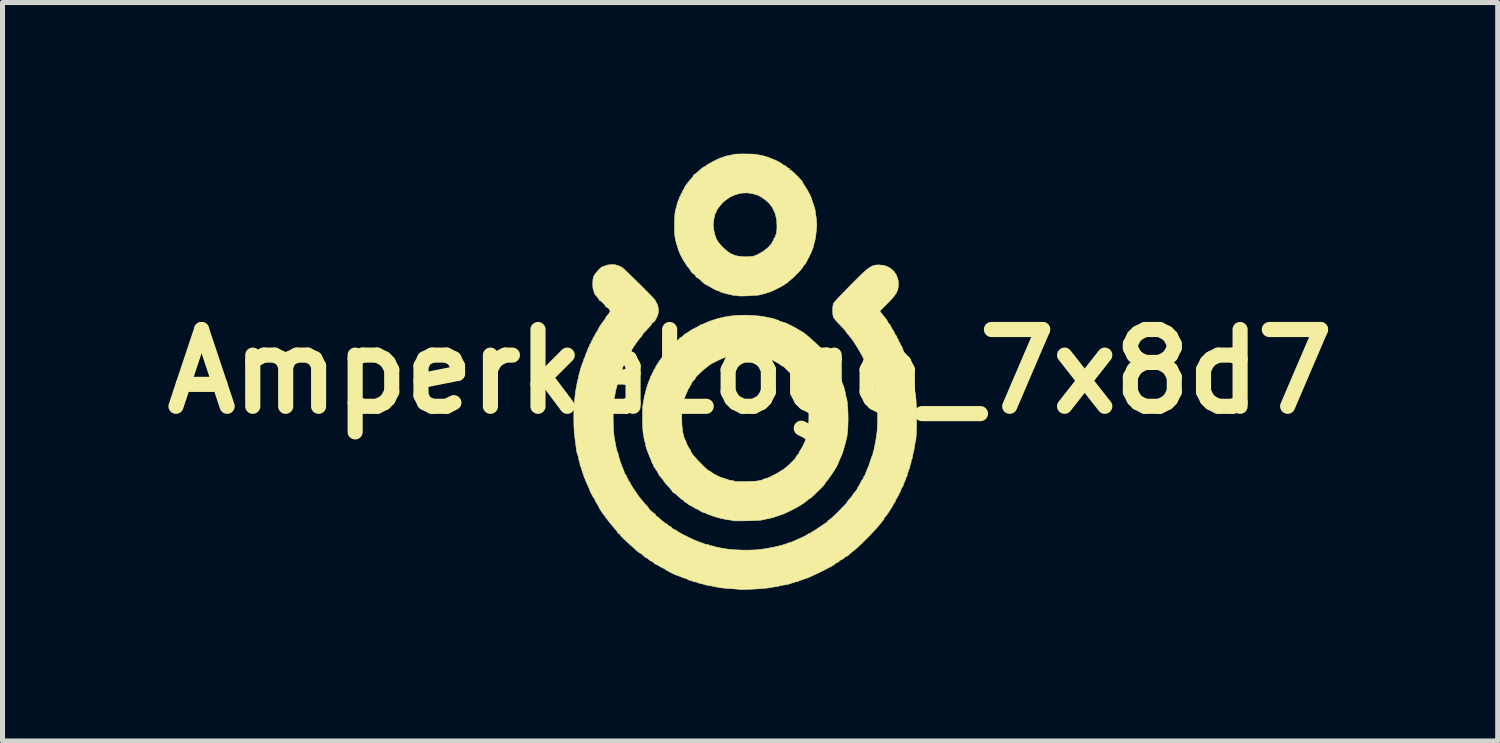
<source format=kicad_pcb>
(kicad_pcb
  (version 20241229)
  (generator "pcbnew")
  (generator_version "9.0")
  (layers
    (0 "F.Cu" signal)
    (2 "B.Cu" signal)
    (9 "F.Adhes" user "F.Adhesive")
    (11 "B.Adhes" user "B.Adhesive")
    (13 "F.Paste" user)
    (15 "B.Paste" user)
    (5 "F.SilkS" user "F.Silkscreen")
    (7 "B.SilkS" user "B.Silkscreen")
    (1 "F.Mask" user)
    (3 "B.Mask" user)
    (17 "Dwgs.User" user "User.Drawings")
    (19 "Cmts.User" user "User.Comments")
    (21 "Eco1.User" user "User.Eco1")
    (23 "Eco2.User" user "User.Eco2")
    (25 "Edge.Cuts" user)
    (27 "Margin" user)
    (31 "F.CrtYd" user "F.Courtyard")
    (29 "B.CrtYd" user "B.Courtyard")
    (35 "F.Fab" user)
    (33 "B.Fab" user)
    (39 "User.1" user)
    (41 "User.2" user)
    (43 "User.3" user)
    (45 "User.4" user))
  (footprint "AmperkaLogo_7x8d7"
    (layer "F.Cu")
    (at 11.836 4.324)
    (property "Reference" "AmperkaLogo_7x8d7" (at 0 0 0) (layer "F.SilkS") (effects (font (size 1.524 1.524) (thickness 0.3))))
    (attr through_hole)
    (fp_poly (pts (xy -0.076 -4.318) (xy -0.004 -4.317) (xy 0.058 -4.315) (xy 0.101 -4.312) (xy 0.111 -4.31) (xy 0.155 -4.302) (xy 0.206 -4.293) (xy 0.206 -4.293) (xy 0.251 -4.285) (xy 0.284 -4.276) (xy 0.286 -4.275) (xy 0.321 -4.264) (xy 0.331 -4.261) (xy 0.363 -4.251) (xy 0.378 -4.245) (xy 0.405 -4.234) (xy 0.413 -4.231) (xy 0.476 -4.206) (xy 0.539 -4.178) (xy 0.592 -4.15) (xy 0.628 -4.127) (xy 0.634 -4.12) (xy 0.66 -4.1) (xy 0.674 -4.096) (xy 0.699 -4.085) (xy 0.722 -4.064) (xy 0.752 -4.04) (xy 0.773 -4.032) (xy 0.788 -4.024) (xy 0.786 -4.016) (xy 0.789 -4.002) (xy 0.798 -4) (xy 0.817 -3.99) (xy 0.853 -3.961) (xy 0.899 -3.918) (xy 0.936 -3.881) (xy 0.982 -3.833) (xy 1.018 -3.794) (xy 1.038 -3.769) (xy 1.042 -3.762) (xy 1.044 -3.751) (xy 1.062 -3.72) (xy 1.084 -3.687) (xy 1.112 -3.643) (xy 1.144 -3.588) (xy 1.175 -3.531) (xy 1.201 -3.479) (xy 1.218 -3.44) (xy 1.222 -3.424) (xy 1.227 -3.404) (xy 1.236 -3.378) (xy 1.249 -3.344) (xy 1.254 -3.326) (xy 1.262 -3.3) (xy 1.273 -3.27) (xy 1.287 -3.223) (xy 1.294 -3.183) (xy 1.3 -3.139) (xy 1.308 -3.081) (xy 1.312 -3.048) (xy 1.318 -2.989) (xy 1.323 -2.935) (xy 1.323 -2.913) (xy 1.321 -2.862) (xy 1.315 -2.797) (xy 1.307 -2.727) (xy 1.298 -2.661) (xy 1.288 -2.608) (xy 1.28 -2.575) (xy 1.278 -2.572) (xy 1.271 -2.55) (xy 1.263 -2.512) (xy 1.262 -2.508) (xy 1.253 -2.467) (xy 1.242 -2.439) (xy 1.242 -2.438) (xy 1.229 -2.408) (xy 1.228 -2.403) (xy 1.222 -2.384) (xy 1.206 -2.349) (xy 1.179 -2.294) (xy 1.138 -2.215) (xy 1.117 -2.173) (xy 1.093 -2.135) (xy 1.071 -2.111) (xy 1.051 -2.087) (xy 1.048 -2.076) (xy 1.037 -2.057) (xy 1.008 -2.022) (xy 0.967 -1.977) (xy 0.918 -1.928) (xy 0.869 -1.879) (xy 0.823 -1.837) (xy 0.788 -1.807) (xy 0.767 -1.794) (xy 0.766 -1.794) (xy 0.752 -1.785) (xy 0.754 -1.778) (xy 0.751 -1.764) (xy 0.741 -1.762) (xy 0.712 -1.751) (xy 0.699 -1.738) (xy 0.677 -1.722) (xy 0.634 -1.697) (xy 0.579 -1.667) (xy 0.518 -1.636) (xy 0.46 -1.608) (xy 0.412 -1.587) (xy 0.384 -1.577) (xy 0.384 -1.577) (xy 0.351 -1.568) (xy 0.336 -1.563) (xy 0.297 -1.549) (xy 0.278 -1.544) (xy 0.229 -1.533) (xy 0.204 -1.527) (xy 0.198 -1.524) (xy 0.184 -1.52) (xy 0.144 -1.515) (xy 0.087 -1.511) (xy 0.02 -1.507) (xy -0.051 -1.503) (xy -0.118 -1.5) (xy -0.174 -1.499) (xy -0.213 -1.5) (xy -0.226 -1.502) (xy -0.243 -1.505) (xy -0.28 -1.509) (xy -0.294 -1.51) (xy -0.338 -1.514) (xy -0.369 -1.521) (xy -0.373 -1.523) (xy -0.4 -1.531) (xy -0.429 -1.536) (xy -0.469 -1.544) (xy -0.492 -1.551) (xy -0.529 -1.562) (xy -0.546 -1.566) (xy -0.581 -1.578) (xy -0.594 -1.586) (xy -0.624 -1.601) (xy -0.643 -1.606) (xy -0.672 -1.616) (xy -0.718 -1.639) (xy -0.772 -1.669) (xy -0.774 -1.671) (xy -0.824 -1.7) (xy -0.864 -1.721) (xy -0.884 -1.73) (xy -0.885 -1.73) (xy -0.902 -1.741) (xy -0.933 -1.767) (xy -0.96 -1.793) (xy -0.997 -1.828) (xy -1.026 -1.851) (xy -1.037 -1.857) (xy -1.059 -1.867) (xy -1.079 -1.888) (xy -1.086 -1.908) (xy -1.084 -1.911) (xy -1.086 -1.92) (xy -1.092 -1.921) (xy -1.114 -1.931) (xy -1.145 -1.957) (xy -1.149 -1.961) (xy -1.173 -1.986) (xy -1.18 -2) (xy -1.179 -2) (xy -1.182 -2.01) (xy -1.201 -2.036) (xy -1.208 -2.044) (xy -1.253 -2.1) (xy -1.3 -2.172) (xy -1.347 -2.251) (xy -1.387 -2.33) (xy -1.417 -2.399) (xy -1.433 -2.452) (xy -1.433 -2.453) (xy -1.442 -2.488) (xy -1.448 -2.501) (xy -1.459 -2.53) (xy -1.466 -2.557) (xy -1.475 -2.598) (xy -1.486 -2.65) (xy -1.489 -2.662) (xy -1.495 -2.709) (xy -1.499 -2.777) (xy -1.501 -2.86) (xy -1.501 -2.894) (xy -0.731 -2.894) (xy -0.72 -2.804) (xy -0.698 -2.711) (xy -0.668 -2.63) (xy -0.63 -2.567) (xy -0.573 -2.498) (xy -0.506 -2.432) (xy -0.436 -2.375) (xy -0.372 -2.335) (xy -0.349 -2.326) (xy -0.33 -2.318) (xy -0.312 -2.31) (xy -0.256 -2.294) (xy -0.18 -2.283) (xy -0.095 -2.278) (xy -0.012 -2.28) (xy 0.058 -2.288) (xy 0.064 -2.289) (xy 0.125 -2.311) (xy 0.198 -2.348) (xy 0.273 -2.395) (xy 0.339 -2.445) (xy 0.37 -2.475) (xy 0.406 -2.515) (xy 0.429 -2.543) (xy 0.436 -2.556) (xy 0.435 -2.556) (xy 0.436 -2.566) (xy 0.452 -2.588) (xy 0.469 -2.61) (xy 0.468 -2.619) (xy 0.468 -2.629) (xy 0.484 -2.651) (xy 0.501 -2.674) (xy 0.501 -2.683) (xy 0.499 -2.693) (xy 0.509 -2.708) (xy 0.522 -2.74) (xy 0.53 -2.801) (xy 0.534 -2.879) (xy 0.527 -3.016) (xy 0.498 -3.137) (xy 0.444 -3.251) (xy 0.426 -3.279) (xy 0.378 -3.339) (xy 0.313 -3.399) (xy 0.24 -3.453) (xy 0.168 -3.494) (xy 0.106 -3.515) (xy 0.079 -3.521) (xy 0.071 -3.524) (xy 0.057 -3.529) (xy 0.022 -3.535) (xy -0.023 -3.542) (xy -0.062 -3.546) (xy -0.172 -3.541) (xy -0.287 -3.512) (xy -0.399 -3.462) (xy -0.498 -3.394) (xy -0.541 -3.354) (xy -0.593 -3.296) (xy -0.635 -3.242) (xy -0.661 -3.2) (xy -0.668 -3.179) (xy -0.678 -3.157) (xy -0.683 -3.151) (xy -0.693 -3.132) (xy -0.703 -3.098) (xy -0.715 -3.043) (xy -0.728 -2.969) (xy -0.731 -2.894) (xy -1.501 -2.894) (xy -1.5 -2.948) (xy -1.497 -3.035) (xy -1.493 -3.113) (xy -1.486 -3.175) (xy -1.478 -3.213) (xy -1.478 -3.215) (xy -1.464 -3.25) (xy -1.459 -3.27) (xy -1.459 -3.27) (xy -1.455 -3.297) (xy -1.443 -3.34) (xy -1.428 -3.385) (xy -1.414 -3.418) (xy -1.409 -3.425) (xy -1.401 -3.442) (xy -1.405 -3.445) (xy -1.405 -3.455) (xy -1.389 -3.477) (xy -1.372 -3.499) (xy -1.373 -3.508) (xy -1.374 -3.518) (xy -1.357 -3.54) (xy -1.341 -3.563) (xy -1.341 -3.572) (xy -1.342 -3.582) (xy -1.326 -3.604) (xy -1.308 -3.627) (xy -1.307 -3.635) (xy -1.306 -3.646) (xy -1.289 -3.675) (xy -1.261 -3.716) (xy -1.225 -3.762) (xy -1.186 -3.807) (xy -1.174 -3.82) (xy -1.143 -3.857) (xy -1.124 -3.885) (xy -1.123 -3.895) (xy -1.121 -3.905) (xy -1.116 -3.905) (xy -1.098 -3.915) (xy -1.063 -3.942) (xy -1.02 -3.979) (xy -1.015 -3.984) (xy -0.97 -4.023) (xy -0.934 -4.051) (xy -0.912 -4.063) (xy -0.911 -4.063) (xy -0.886 -4.075) (xy -0.873 -4.088) (xy -0.853 -4.102) (xy -0.813 -4.126) (xy -0.76 -4.155) (xy -0.702 -4.185) (xy -0.648 -4.212) (xy -0.606 -4.231) (xy -0.583 -4.239) (xy -0.583 -4.239) (xy -0.563 -4.244) (xy -0.529 -4.257) (xy -0.489 -4.272) (xy -0.46 -4.28) (xy -0.417 -4.288) (xy -0.365 -4.299) (xy -0.32 -4.309) (xy -0.302 -4.313) (xy -0.272 -4.316) (xy -0.218 -4.318) (xy -0.15 -4.319) (xy -0.076 -4.318)) (stroke (width 0.01) (type solid)) (fill yes) (layer "F.SilkS"))
    (fp_poly (pts (xy 0.048 -1.114) (xy 0.197 -1.101) (xy 0.331 -1.079) (xy 0.357 -1.073) (xy 0.382 -1.067) (xy 0.424 -1.059) (xy 0.437 -1.056) (xy 0.482 -1.044) (xy 0.515 -1.031) (xy 0.52 -1.028) (xy 0.537 -1.02) (xy 0.54 -1.024) (xy 0.55 -1.025) (xy 0.566 -1.014) (xy 0.591 -0.997) (xy 0.602 -0.994) (xy 0.622 -0.991) (xy 0.648 -0.982) (xy 0.679 -0.972) (xy 0.693 -0.968) (xy 0.713 -0.961) (xy 0.752 -0.943) (xy 0.803 -0.918) (xy 0.857 -0.89) (xy 0.906 -0.864) (xy 0.942 -0.842) (xy 0.945 -0.841) (xy 0.984 -0.817) (xy 1.014 -0.799) (xy 1.016 -0.799) (xy 1.055 -0.775) (xy 1.108 -0.735) (xy 1.171 -0.682) (xy 1.24 -0.621) (xy 1.312 -0.556) (xy 1.381 -0.489) (xy 1.444 -0.426) (xy 1.497 -0.37) (xy 1.535 -0.325) (xy 1.554 -0.295) (xy 1.556 -0.289) (xy 1.566 -0.269) (xy 1.587 -0.246) (xy 1.608 -0.222) (xy 1.611 -0.206) (xy 1.616 -0.189) (xy 1.635 -0.166) (xy 1.659 -0.138) (xy 1.667 -0.119) (xy 1.678 -0.093) (xy 1.691 -0.08) (xy 1.707 -0.058) (xy 1.706 -0.047) (xy 1.709 -0.028) (xy 1.715 -0.023) (xy 1.734 -0.001) (xy 1.755 0.041) (xy 1.77 0.079) (xy 1.778 0.1) (xy 1.793 0.137) (xy 1.809 0.177) (xy 1.821 0.206) (xy 1.831 0.232) (xy 1.832 0.238) (xy 1.841 0.257) (xy 1.845 0.263) (xy 1.856 0.291) (xy 1.864 0.319) (xy 1.874 0.362) (xy 1.887 0.409) (xy 1.896 0.443) (xy 1.897 0.46) (xy 1.896 0.46) (xy 1.897 0.473) (xy 1.906 0.504) (xy 1.907 0.504) (xy 1.921 0.56) (xy 1.932 0.641) (xy 1.939 0.741) (xy 1.944 0.851) (xy 1.945 0.966) (xy 1.942 1.078) (xy 1.936 1.181) (xy 1.926 1.268) (xy 1.913 1.333) (xy 1.912 1.336) (xy 1.901 1.376) (xy 1.898 1.392) (xy 1.891 1.422) (xy 1.877 1.471) (xy 1.864 1.516) (xy 1.849 1.567) (xy 1.838 1.604) (xy 1.833 1.619) (xy 1.826 1.637) (xy 1.811 1.674) (xy 1.803 1.691) (xy 1.77 1.765) (xy 1.749 1.816) (xy 1.739 1.841) (xy 1.739 1.841) (xy 1.724 1.872) (xy 1.696 1.921) (xy 1.659 1.98) (xy 1.618 2.042) (xy 1.577 2.101) (xy 1.542 2.148) (xy 1.526 2.167) (xy 1.499 2.199) (xy 1.485 2.222) (xy 1.485 2.226) (xy 1.478 2.239) (xy 1.451 2.269) (xy 1.412 2.31) (xy 1.364 2.358) (xy 1.313 2.407) (xy 1.264 2.453) (xy 1.222 2.492) (xy 1.192 2.517) (xy 1.179 2.524) (xy 1.157 2.535) (xy 1.141 2.55) (xy 1.111 2.577) (xy 1.059 2.615) (xy 0.99 2.66) (xy 0.96 2.677) (xy 0.922 2.699) (xy 0.868 2.727) (xy 0.807 2.758) (xy 0.746 2.788) (xy 0.692 2.813) (xy 0.653 2.83) (xy 0.638 2.836) (xy 0.605 2.845) (xy 0.59 2.851) (xy 0.555 2.863) (xy 0.542 2.867) (xy 0.51 2.877) (xy 0.495 2.882) (xy 0.468 2.893) (xy 0.439 2.901) (xy 0.397 2.91) (xy 0.348 2.92) (xy 0.318 2.927) (xy 0.271 2.938) (xy 0.23 2.947) (xy 0.199 2.951) (xy 0.146 2.954) (xy 0.077 2.957) (xy -0.003 2.96) (xy -0.086 2.962) (xy -0.166 2.963) (xy -0.238 2.964) (xy -0.294 2.963) (xy -0.329 2.961) (xy -0.337 2.959) (xy -0.357 2.953) (xy -0.395 2.946) (xy -0.407 2.945) (xy -0.453 2.938) (xy -0.488 2.933) (xy -0.492 2.932) (xy -0.523 2.925) (xy -0.567 2.916) (xy -0.572 2.915) (xy -0.631 2.9) (xy -0.701 2.879) (xy -0.773 2.855) (xy -0.834 2.832) (xy -0.871 2.816) (xy -0.907 2.8) (xy -0.93 2.794) (xy -0.954 2.786) (xy -0.991 2.765) (xy -1.006 2.755) (xy -1.04 2.733) (xy -1.061 2.724) (xy -1.064 2.726) (xy -1.074 2.725) (xy -1.091 2.712) (xy -1.124 2.69) (xy -1.169 2.666) (xy -1.177 2.662) (xy -1.219 2.639) (xy -1.25 2.616) (xy -1.254 2.612) (xy -1.281 2.591) (xy -1.297 2.588) (xy -1.312 2.579) (xy -1.31 2.572) (xy -1.312 2.557) (xy -1.321 2.556) (xy -1.342 2.545) (xy -1.378 2.518) (xy -1.421 2.48) (xy -1.425 2.476) (xy -1.468 2.437) (xy -1.504 2.409) (xy -1.526 2.397) (xy -1.526 2.397) (xy -1.539 2.392) (xy -1.537 2.389) (xy -1.543 2.374) (xy -1.567 2.343) (xy -1.604 2.3) (xy -1.623 2.279) (xy -1.665 2.233) (xy -1.697 2.195) (xy -1.714 2.172) (xy -1.716 2.168) (xy -1.724 2.152) (xy -1.748 2.122) (xy -1.762 2.107) (xy -1.791 2.074) (xy -1.808 2.05) (xy -1.81 2.045) (xy -1.818 2.026) (xy -1.838 1.991) (xy -1.865 1.949) (xy -1.891 1.912) (xy -1.905 1.893) (xy -1.915 1.876) (xy -1.912 1.873) (xy -1.912 1.863) (xy -1.922 1.848) (xy -1.941 1.818) (xy -1.947 1.804) (xy -1.955 1.779) (xy -1.971 1.738) (xy -1.978 1.722) (xy -1.996 1.682) (xy -2.007 1.655) (xy -2.009 1.651) (xy -2.016 1.631) (xy -2.021 1.619) (xy -2.038 1.578) (xy -2.053 1.532) (xy -2.066 1.491) (xy -2.072 1.465) (xy -2.071 1.46) (xy -2.071 1.448) (xy -2.08 1.419) (xy -2.094 1.373) (xy -2.105 1.321) (xy -2.105 1.319) (xy -2.113 1.268) (xy -2.122 1.224) (xy -2.122 1.222) (xy -2.126 1.185) (xy -2.13 1.124) (xy -2.132 1.046) (xy -2.134 0.959) (xy -2.134 0.929) (xy -1.357 0.929) (xy -1.352 1.067) (xy -1.339 1.186) (xy -1.319 1.282) (xy -1.291 1.351) (xy -1.288 1.357) (xy -1.278 1.378) (xy -1.277 1.381) (xy -1.267 1.411) (xy -1.247 1.456) (xy -1.223 1.502) (xy -1.201 1.536) (xy -1.195 1.543) (xy -1.18 1.565) (xy -1.18 1.572) (xy -1.178 1.583) (xy -1.162 1.613) (xy -1.15 1.631) (xy -1.124 1.665) (xy -1.084 1.711) (xy -1.035 1.765) (xy -0.981 1.82) (xy -0.928 1.874) (xy -0.881 1.919) (xy -0.844 1.952) (xy -0.822 1.968) (xy -0.82 1.968) (xy -0.796 1.978) (xy -0.779 1.99) (xy -0.747 2.013) (xy -0.699 2.042) (xy -0.646 2.07) (xy -0.601 2.092) (xy -0.574 2.101) (xy -0.536 2.113) (xy -0.521 2.118) (xy -0.486 2.13) (xy -0.474 2.133) (xy -0.44 2.144) (xy -0.435 2.147) (xy -0.407 2.156) (xy -0.366 2.162) (xy -0.366 2.162) (xy -0.329 2.168) (xy -0.309 2.176) (xy -0.308 2.177) (xy -0.29 2.181) (xy -0.248 2.184) (xy -0.187 2.184) (xy -0.115 2.184) (xy -0.039 2.182) (xy 0.035 2.18) (xy 0.099 2.176) (xy 0.147 2.171) (xy 0.167 2.168) (xy 0.207 2.158) (xy 0.234 2.153) (xy 0.26 2.141) (xy 0.264 2.138) (xy 0.288 2.128) (xy 0.301 2.127) (xy 0.331 2.119) (xy 0.382 2.098) (xy 0.445 2.067) (xy 0.515 2.03) (xy 0.584 1.991) (xy 0.646 1.952) (xy 0.683 1.927) (xy 0.724 1.893) (xy 0.771 1.852) (xy 0.817 1.807) (xy 0.859 1.765) (xy 0.892 1.729) (xy 0.91 1.706) (xy 0.91 1.699) (xy 0.913 1.689) (xy 0.933 1.664) (xy 0.945 1.651) (xy 0.97 1.622) (xy 0.979 1.605) (xy 0.977 1.603) (xy 0.975 1.594) (xy 0.988 1.576) (xy 1.005 1.551) (xy 1.028 1.512) (xy 1.053 1.464) (xy 1.076 1.416) (xy 1.094 1.377) (xy 1.102 1.353) (xy 1.102 1.349) (xy 1.103 1.337) (xy 1.116 1.307) (xy 1.119 1.302) (xy 1.134 1.27) (xy 1.138 1.254) (xy 1.137 1.254) (xy 1.137 1.241) (xy 1.143 1.207) (xy 1.146 1.195) (xy 1.155 1.144) (xy 1.161 1.072) (xy 1.165 0.986) (xy 1.167 0.896) (xy 1.166 0.811) (xy 1.162 0.74) (xy 1.156 0.695) (xy 1.144 0.644) (xy 1.135 0.6) (xy 1.133 0.592) (xy 1.115 0.527) (xy 1.081 0.445) (xy 1.038 0.354) (xy 0.988 0.265) (xy 0.971 0.238) (xy 0.94 0.195) (xy 0.897 0.142) (xy 0.846 0.084) (xy 0.792 0.025) (xy 0.739 -0.029) (xy 0.694 -0.073) (xy 0.659 -0.102) (xy 0.641 -0.111) (xy 0.617 -0.122) (xy 0.603 -0.135) (xy 0.582 -0.151) (xy 0.541 -0.176) (xy 0.489 -0.204) (xy 0.436 -0.231) (xy 0.39 -0.253) (xy 0.361 -0.263) (xy 0.341 -0.27) (xy 0.321 -0.277) (xy 0.297 -0.285) (xy 0.286 -0.29) (xy 0.185 -0.318) (xy 0.056 -0.334) (xy -0.087 -0.34) (xy -0.199 -0.338) (xy -0.283 -0.334) (xy -0.34 -0.326) (xy -0.373 -0.315) (xy -0.377 -0.313) (xy -0.394 -0.304) (xy -0.397 -0.307) (xy -0.41 -0.307) (xy -0.444 -0.299) (xy -0.488 -0.285) (xy -0.535 -0.267) (xy -0.564 -0.255) (xy -0.647 -0.216) (xy -0.708 -0.186) (xy -0.752 -0.163) (xy -0.787 -0.143) (xy -0.817 -0.122) (xy -0.85 -0.096) (xy -0.882 -0.071) (xy -0.929 -0.031) (xy -0.978 0.013) (xy -1.023 0.055) (xy -1.059 0.092) (xy -1.081 0.117) (xy -1.084 0.127) (xy -1.087 0.137) (xy -1.107 0.162) (xy -1.118 0.173) (xy -1.144 0.203) (xy -1.158 0.222) (xy -1.158 0.225) (xy -1.163 0.24) (xy -1.181 0.273) (xy -1.196 0.297) (xy -1.22 0.337) (xy -1.236 0.364) (xy -1.238 0.371) (xy -1.244 0.388) (xy -1.259 0.424) (xy -1.271 0.45) (xy -1.29 0.495) (xy -1.302 0.527) (xy -1.304 0.536) (xy -1.31 0.558) (xy -1.32 0.587) (xy -1.338 0.645) (xy -1.349 0.718) (xy -1.355 0.81) (xy -1.357 0.929) (xy -2.134 0.929) (xy -2.134 0.871) (xy -2.133 0.787) (xy -2.131 0.717) (xy -2.128 0.667) (xy -2.126 0.651) (xy -2.115 0.595) (xy -2.105 0.537) (xy -2.104 0.534) (xy -2.097 0.492) (xy -2.09 0.464) (xy -2.088 0.461) (xy -2.081 0.439) (xy -2.073 0.406) (xy -2.063 0.361) (xy -2.046 0.304) (xy -2.026 0.242) (xy -2.005 0.186) (xy -1.988 0.145) (xy -1.98 0.131) (xy -1.973 0.114) (xy -1.977 0.111) (xy -1.977 0.101) (xy -1.961 0.079) (xy -1.944 0.057) (xy -1.945 0.048) (xy -1.945 0.038) (xy -1.929 0.016) (xy -1.912 -0.007) (xy -1.913 -0.016) (xy -1.913 -0.026) (xy -1.897 -0.048) (xy -1.879 -0.071) (xy -1.878 -0.079) (xy -1.875 -0.091) (xy -1.857 -0.122) (xy -1.829 -0.166) (xy -1.795 -0.216) (xy -1.758 -0.268) (xy -1.724 -0.313) (xy -1.697 -0.345) (xy -1.671 -0.376) (xy -1.659 -0.395) (xy -1.66 -0.397) (xy -1.654 -0.407) (xy -1.63 -0.436) (xy -1.592 -0.477) (xy -1.555 -0.516) (xy -1.505 -0.565) (xy -1.461 -0.605) (xy -1.429 -0.629) (xy -1.417 -0.635) (xy -1.403 -0.644) (xy -1.405 -0.651) (xy -1.402 -0.665) (xy -1.393 -0.667) (xy -1.369 -0.677) (xy -1.336 -0.704) (xy -1.326 -0.714) (xy -1.293 -0.744) (xy -1.266 -0.761) (xy -1.261 -0.762) (xy -1.236 -0.773) (xy -1.223 -0.785) (xy -1.198 -0.805) (xy -1.155 -0.83) (xy -1.114 -0.852) (xy -1.061 -0.878) (xy -1.017 -0.903) (xy -0.996 -0.918) (xy -0.975 -0.932) (xy -0.968 -0.931) (xy -0.956 -0.932) (xy -0.926 -0.945) (xy -0.917 -0.95) (xy -0.874 -0.97) (xy -0.812 -0.995) (xy -0.742 -1.02) (xy -0.677 -1.041) (xy -0.626 -1.055) (xy -0.626 -1.055) (xy -0.592 -1.062) (xy -0.543 -1.074) (xy -0.524 -1.079) (xy -0.403 -1.101) (xy -0.262 -1.114) (xy -0.108 -1.119) (xy 0.048 -1.114)) (stroke (width 0.01) (type solid)) (fill yes) (layer "F.SilkS"))
    (fp_poly (pts (xy -2.678 -2.12) (xy -2.659 -2.114) (xy -2.63 -2.103) (xy -2.614 -2.1) (xy -2.581 -2.088) (xy -2.54 -2.065) (xy -2.534 -2.061) (xy -2.511 -2.041) (xy -2.471 -2.005) (xy -2.418 -1.955) (xy -2.355 -1.893) (xy -2.285 -1.825) (xy -2.211 -1.753) (xy -2.138 -1.68) (xy -2.067 -1.609) (xy -2.004 -1.545) (xy -1.95 -1.49) (xy -1.91 -1.447) (xy -1.886 -1.421) (xy -1.882 -1.413) (xy -1.883 -1.403) (xy -1.87 -1.385) (xy -1.837 -1.328) (xy -1.82 -1.255) (xy -1.82 -1.177) (xy -1.833 -1.119) (xy -1.859 -1.061) (xy -1.888 -1.011) (xy -1.916 -0.978) (xy -1.935 -0.968) (xy -1.95 -0.963) (xy -1.948 -0.958) (xy -1.951 -0.945) (xy -1.973 -0.916) (xy -2.015 -0.868) (xy -2.078 -0.801) (xy -2.124 -0.752) (xy -2.138 -0.734) (xy -2.136 -0.73) (xy -2.14 -0.72) (xy -2.16 -0.694) (xy -2.173 -0.679) (xy -2.202 -0.645) (xy -2.236 -0.599) (xy -2.273 -0.548) (xy -2.307 -0.497) (xy -2.335 -0.454) (xy -2.352 -0.423) (xy -2.354 -0.413) (xy -2.356 -0.403) (xy -2.373 -0.381) (xy -2.39 -0.358) (xy -2.389 -0.349) (xy -2.389 -0.339) (xy -2.405 -0.318) (xy -2.422 -0.295) (xy -2.421 -0.286) (xy -2.42 -0.276) (xy -2.432 -0.258) (xy -2.462 -0.21) (xy -2.477 -0.163) (xy -2.488 -0.143) (xy -2.505 -0.121) (xy -2.524 -0.099) (xy -2.527 -0.09) (xy -2.529 -0.075) (xy -2.54 -0.039) (xy -2.557 0.007) (xy -2.567 0.032) (xy -2.577 0.057) (xy -2.579 0.064) (xy -2.585 0.082) (xy -2.596 0.121) (xy -2.61 0.167) (xy -2.627 0.224) (xy -2.64 0.275) (xy -2.646 0.301) (xy -2.654 0.335) (xy -2.66 0.35) (xy -2.666 0.372) (xy -2.674 0.412) (xy -2.675 0.423) (xy -2.683 0.468) (xy -2.691 0.502) (xy -2.692 0.506) (xy -2.702 0.554) (xy -2.709 0.627) (xy -2.715 0.719) (xy -2.717 0.824) (xy -2.717 0.936) (xy -2.715 1.047) (xy -2.711 1.152) (xy -2.703 1.244) (xy -2.694 1.317) (xy -2.691 1.333) (xy -2.682 1.38) (xy -2.675 1.421) (xy -2.665 1.474) (xy -2.656 1.516) (xy -2.648 1.552) (xy -2.644 1.572) (xy -2.644 1.572) (xy -2.635 1.591) (xy -2.632 1.597) (xy -2.621 1.624) (xy -2.613 1.66) (xy -2.6 1.71) (xy -2.579 1.778) (xy -2.552 1.854) (xy -2.523 1.928) (xy -2.518 1.941) (xy -2.502 1.979) (xy -2.496 2.003) (xy -2.496 2.006) (xy -2.49 2.021) (xy -2.47 2.046) (xy -2.452 2.07) (xy -2.453 2.08) (xy -2.454 2.089) (xy -2.439 2.109) (xy -2.422 2.134) (xy -2.421 2.146) (xy -2.418 2.161) (xy -2.405 2.175) (xy -2.385 2.198) (xy -2.381 2.209) (xy -2.372 2.229) (xy -2.348 2.27) (xy -2.312 2.326) (xy -2.266 2.394) (xy -2.215 2.468) (xy -2.197 2.492) (xy -2.165 2.533) (xy -2.121 2.585) (xy -2.08 2.631) (xy -2.043 2.672) (xy -2.019 2.701) (xy -2.011 2.714) (xy -2.012 2.715) (xy -2.007 2.724) (xy -1.985 2.748) (xy -1.962 2.77) (xy -1.924 2.802) (xy -1.896 2.822) (xy -1.886 2.826) (xy -1.879 2.836) (xy -1.881 2.842) (xy -1.881 2.856) (xy -1.875 2.857) (xy -1.857 2.868) (xy -1.822 2.894) (xy -1.779 2.932) (xy -1.773 2.937) (xy -1.729 2.975) (xy -1.693 3.004) (xy -1.672 3.016) (xy -1.671 3.016) (xy -1.65 3.027) (xy -1.627 3.048) (xy -1.598 3.072) (xy -1.576 3.08) (xy -1.561 3.087) (xy -1.562 3.093) (xy -1.554 3.106) (xy -1.525 3.124) (xy -1.515 3.128) (xy -1.473 3.148) (xy -1.445 3.167) (xy -1.442 3.17) (xy -1.422 3.184) (xy -1.379 3.209) (xy -1.32 3.24) (xy -1.253 3.274) (xy -1.183 3.308) (xy -1.117 3.338) (xy -1.061 3.362) (xy -1.032 3.373) (xy -1.012 3.381) (xy -0.997 3.388) (xy -0.96 3.4) (xy -0.946 3.403) (xy -0.918 3.413) (xy -0.911 3.418) (xy -0.887 3.427) (xy -0.865 3.429) (xy -0.833 3.434) (xy -0.82 3.44) (xy -0.797 3.451) (xy -0.773 3.457) (xy -0.725 3.466) (xy -0.696 3.474) (xy -0.691 3.477) (xy -0.676 3.482) (xy -0.635 3.491) (xy -0.573 3.503) (xy -0.508 3.515) (xy -0.412 3.528) (xy -0.295 3.537) (xy -0.167 3.543) (xy -0.037 3.544) (xy 0.084 3.54) (xy 0.159 3.534) (xy 0.208 3.529) (xy 0.254 3.523) (xy 0.305 3.515) (xy 0.368 3.504) (xy 0.449 3.488) (xy 0.54 3.47) (xy 0.583 3.459) (xy 0.637 3.444) (xy 0.69 3.428) (xy 0.729 3.415) (xy 0.739 3.411) (xy 0.775 3.396) (xy 0.794 3.392) (xy 0.824 3.383) (xy 0.865 3.366) (xy 0.873 3.362) (xy 0.918 3.342) (xy 0.978 3.315) (xy 1.024 3.295) (xy 1.078 3.269) (xy 1.125 3.243) (xy 1.149 3.226) (xy 1.169 3.21) (xy 1.17 3.217) (xy 1.167 3.223) (xy 1.168 3.229) (xy 1.187 3.216) (xy 1.193 3.211) (xy 1.222 3.186) (xy 1.241 3.175) (xy 1.242 3.175) (xy 1.258 3.167) (xy 1.295 3.144) (xy 1.344 3.111) (xy 1.373 3.092) (xy 1.431 3.053) (xy 1.481 3.019) (xy 1.516 2.996) (xy 1.525 2.991) (xy 1.545 2.974) (xy 1.545 2.963) (xy 1.548 2.954) (xy 1.558 2.953) (xy 1.576 2.942) (xy 1.613 2.912) (xy 1.662 2.867) (xy 1.721 2.81) (xy 1.761 2.77) (xy 1.821 2.709) (xy 1.871 2.657) (xy 1.908 2.617) (xy 1.928 2.593) (xy 1.93 2.588) (xy 1.934 2.577) (xy 1.954 2.551) (xy 1.975 2.528) (xy 2.007 2.492) (xy 2.028 2.465) (xy 2.032 2.457) (xy 2.042 2.439) (xy 2.066 2.408) (xy 2.081 2.391) (xy 2.109 2.357) (xy 2.124 2.335) (xy 2.125 2.33) (xy 2.131 2.316) (xy 2.149 2.283) (xy 2.164 2.259) (xy 2.189 2.217) (xy 2.204 2.186) (xy 2.207 2.177) (xy 2.218 2.156) (xy 2.231 2.143) (xy 2.247 2.123) (xy 2.247 2.114) (xy 2.249 2.098) (xy 2.261 2.081) (xy 2.279 2.057) (xy 2.283 2.048) (xy 2.288 2.03) (xy 2.303 1.993) (xy 2.313 1.968) (xy 2.343 1.901) (xy 2.361 1.855) (xy 2.371 1.825) (xy 2.374 1.812) (xy 2.384 1.78) (xy 2.39 1.765) (xy 2.404 1.725) (xy 2.408 1.708) (xy 2.422 1.671) (xy 2.431 1.656) (xy 2.441 1.638) (xy 2.439 1.635) (xy 2.437 1.623) (xy 2.445 1.595) (xy 2.459 1.548) (xy 2.469 1.503) (xy 2.479 1.449) (xy 2.488 1.405) (xy 2.496 1.363) (xy 2.5 1.333) (xy 2.504 1.305) (xy 2.51 1.258) (xy 2.516 1.222) (xy 2.523 1.16) (xy 2.527 1.077) (xy 2.53 0.981) (xy 2.531 0.881) (xy 2.53 0.786) (xy 2.527 0.704) (xy 2.521 0.645) (xy 2.521 0.643) (xy 2.511 0.58) (xy 2.503 0.518) (xy 2.5 0.5) (xy 2.492 0.44) (xy 2.486 0.402) (xy 2.478 0.379) (xy 2.475 0.373) (xy 2.468 0.344) (xy 2.468 0.333) (xy 2.465 0.303) (xy 2.453 0.26) (xy 2.45 0.25) (xy 2.44 0.213) (xy 2.438 0.192) (xy 2.439 0.191) (xy 2.439 0.181) (xy 2.432 0.17) (xy 2.416 0.139) (xy 2.407 0.111) (xy 2.386 0.036) (xy 2.349 -0.059) (xy 2.3 -0.167) (xy 2.241 -0.282) (xy 2.177 -0.398) (xy 2.11 -0.51) (xy 2.044 -0.611) (xy 1.982 -0.695) (xy 1.948 -0.734) (xy 1.919 -0.768) (xy 1.903 -0.789) (xy 1.902 -0.794) (xy 1.896 -0.804) (xy 1.872 -0.833) (xy 1.833 -0.875) (xy 1.793 -0.917) (xy 1.742 -0.971) (xy 1.699 -1.019) (xy 1.668 -1.057) (xy 1.657 -1.072) (xy 1.646 -1.109) (xy 1.64 -1.166) (xy 1.639 -1.232) (xy 1.643 -1.294) (xy 1.651 -1.342) (xy 1.657 -1.356) (xy 1.672 -1.376) (xy 1.707 -1.414) (xy 1.758 -1.469) (xy 1.823 -1.537) (xy 1.898 -1.615) (xy 1.981 -1.7) (xy 2 -1.719) (xy 2.106 -1.826) (xy 2.193 -1.912) (xy 2.264 -1.979) (xy 2.323 -2.03) (xy 2.374 -2.066) (xy 2.418 -2.091) (xy 2.459 -2.106) (xy 2.501 -2.114) (xy 2.547 -2.117) (xy 2.564 -2.117) (xy 2.674 -2.103) (xy 2.769 -2.062) (xy 2.847 -1.998) (xy 2.905 -1.914) (xy 2.938 -1.812) (xy 2.944 -1.752) (xy 2.942 -1.682) (xy 2.929 -1.62) (xy 2.901 -1.558) (xy 2.855 -1.492) (xy 2.788 -1.416) (xy 2.732 -1.359) (xy 2.574 -1.201) (xy 2.608 -1.156) (xy 2.642 -1.112) (xy 2.681 -1.065) (xy 2.687 -1.057) (xy 2.714 -1.021) (xy 2.729 -0.994) (xy 2.731 -0.989) (xy 2.741 -0.967) (xy 2.762 -0.945) (xy 2.784 -0.921) (xy 2.79 -0.907) (xy 2.796 -0.889) (xy 2.815 -0.854) (xy 2.83 -0.83) (xy 2.855 -0.788) (xy 2.871 -0.757) (xy 2.873 -0.748) (xy 2.884 -0.727) (xy 2.898 -0.714) (xy 2.914 -0.694) (xy 2.913 -0.686) (xy 2.916 -0.669) (xy 2.931 -0.648) (xy 2.947 -0.627) (xy 2.945 -0.619) (xy 2.944 -0.609) (xy 2.961 -0.587) (xy 2.977 -0.565) (xy 2.977 -0.556) (xy 2.976 -0.546) (xy 2.989 -0.528) (xy 3.009 -0.501) (xy 3.015 -0.488) (xy 3.021 -0.467) (xy 3.036 -0.429) (xy 3.041 -0.417) (xy 3.058 -0.374) (xy 3.069 -0.344) (xy 3.07 -0.339) (xy 3.082 -0.312) (xy 3.094 -0.295) (xy 3.107 -0.275) (xy 3.105 -0.27) (xy 3.105 -0.258) (xy 3.117 -0.228) (xy 3.119 -0.222) (xy 3.134 -0.19) (xy 3.137 -0.175) (xy 3.137 -0.175) (xy 3.138 -0.161) (xy 3.148 -0.125) (xy 3.164 -0.073) (xy 3.167 -0.064) (xy 3.184 -0.01) (xy 3.196 0.029) (xy 3.199 0.047) (xy 3.198 0.048) (xy 3.198 0.06) (xy 3.207 0.088) (xy 3.222 0.137) (xy 3.23 0.171) (xy 3.24 0.221) (xy 3.247 0.254) (xy 3.255 0.298) (xy 3.264 0.349) (xy 3.264 0.349) (xy 3.272 0.4) (xy 3.28 0.444) (xy 3.28 0.445) (xy 3.288 0.501) (xy 3.294 0.578) (xy 3.299 0.672) (xy 3.302 0.776) (xy 3.304 0.887) (xy 3.304 0.998) (xy 3.303 1.105) (xy 3.3 1.203) (xy 3.296 1.286) (xy 3.29 1.349) (xy 3.283 1.387) (xy 3.28 1.394) (xy 3.275 1.415) (xy 3.267 1.456) (xy 3.262 1.492) (xy 3.255 1.542) (xy 3.249 1.578) (xy 3.246 1.589) (xy 3.239 1.609) (xy 3.231 1.647) (xy 3.23 1.652) (xy 3.222 1.694) (xy 3.217 1.721) (xy 3.217 1.722) (xy 3.206 1.75) (xy 3.201 1.758) (xy 3.195 1.776) (xy 3.197 1.778) (xy 3.197 1.791) (xy 3.189 1.825) (xy 3.183 1.841) (xy 3.171 1.88) (xy 3.168 1.903) (xy 3.17 1.905) (xy 3.169 1.915) (xy 3.161 1.926) (xy 3.144 1.96) (xy 3.139 1.978) (xy 3.129 2.014) (xy 3.122 2.028) (xy 3.117 2.045) (xy 3.12 2.048) (xy 3.122 2.058) (xy 3.116 2.068) (xy 3.101 2.095) (xy 3.084 2.138) (xy 3.08 2.151) (xy 3.063 2.196) (xy 3.048 2.229) (xy 3.044 2.234) (xy 3.036 2.251) (xy 3.041 2.254) (xy 3.041 2.264) (xy 3.028 2.282) (xy 3.008 2.309) (xy 3.002 2.322) (xy 2.995 2.346) (xy 2.977 2.387) (xy 2.953 2.438) (xy 2.927 2.487) (xy 2.904 2.527) (xy 2.892 2.544) (xy 2.879 2.565) (xy 2.881 2.572) (xy 2.882 2.582) (xy 2.864 2.605) (xy 2.844 2.63) (xy 2.84 2.641) (xy 2.836 2.654) (xy 2.818 2.685) (xy 2.801 2.713) (xy 2.77 2.759) (xy 2.745 2.799) (xy 2.737 2.813) (xy 2.713 2.846) (xy 2.682 2.882) (xy 2.661 2.908) (xy 2.656 2.921) (xy 2.657 2.921) (xy 2.658 2.93) (xy 2.648 2.942) (xy 2.625 2.968) (xy 2.595 3.006) (xy 2.588 3.015) (xy 2.539 3.075) (xy 2.475 3.147) (xy 2.399 3.228) (xy 2.317 3.312) (xy 2.235 3.394) (xy 2.158 3.467) (xy 2.091 3.527) (xy 2.04 3.568) (xy 1.998 3.601) (xy 1.964 3.631) (xy 1.955 3.641) (xy 1.929 3.662) (xy 1.913 3.667) (xy 1.889 3.678) (xy 1.865 3.699) (xy 1.837 3.723) (xy 1.818 3.731) (xy 1.794 3.741) (xy 1.77 3.762) (xy 1.742 3.786) (xy 1.722 3.794) (xy 1.696 3.805) (xy 1.682 3.819) (xy 1.656 3.841) (xy 1.613 3.866) (xy 1.597 3.875) (xy 1.552 3.897) (xy 1.516 3.916) (xy 1.508 3.92) (xy 1.483 3.934) (xy 1.438 3.957) (xy 1.38 3.985) (xy 1.317 4.015) (xy 1.254 4.044) (xy 1.199 4.07) (xy 1.159 4.088) (xy 1.139 4.096) (xy 1.139 4.096) (xy 1.119 4.101) (xy 1.085 4.114) (xy 1.041 4.13) (xy 1.009 4.138) (xy 0.972 4.152) (xy 0.958 4.162) (xy 0.94 4.172) (xy 0.937 4.17) (xy 0.923 4.17) (xy 0.888 4.179) (xy 0.845 4.192) (xy 0.797 4.209) (xy 0.762 4.22) (xy 0.75 4.223) (xy 0.742 4.224) (xy 0.725 4.227) (xy 0.691 4.233) (xy 0.691 4.233) (xy 0.625 4.244) (xy 0.588 4.251) (xy 0.579 4.255) (xy 0.564 4.26) (xy 0.517 4.268) (xy 0.465 4.276) (xy 0.414 4.285) (xy 0.369 4.292) (xy 0.365 4.293) (xy 0.325 4.298) (xy 0.264 4.304) (xy 0.19 4.31) (xy 0.107 4.315) (xy 0.023 4.32) (xy -0.056 4.323) (xy -0.126 4.326) (xy -0.178 4.326) (xy -0.207 4.325) (xy -0.211 4.324) (xy -0.228 4.321) (xy -0.268 4.317) (xy -0.326 4.312) (xy -0.358 4.31) (xy -0.449 4.303) (xy -0.517 4.298) (xy -0.571 4.292) (xy -0.621 4.284) (xy -0.676 4.274) (xy -0.73 4.262) (xy -0.775 4.254) (xy -0.825 4.246) (xy -0.826 4.246) (xy -0.87 4.237) (xy -0.903 4.228) (xy -0.905 4.228) (xy -0.941 4.215) (xy -0.982 4.206) (xy -0.996 4.203) (xy -1.029 4.194) (xy -1.042 4.186) (xy -1.065 4.177) (xy -1.087 4.175) (xy -1.12 4.171) (xy -1.133 4.164) (xy -1.156 4.153) (xy -1.178 4.148) (xy -1.214 4.137) (xy -1.23 4.128) (xy -1.261 4.111) (xy -1.279 4.106) (xy -1.316 4.096) (xy -1.357 4.08) (xy -1.394 4.064) (xy -1.416 4.056) (xy -1.417 4.055) (xy -1.437 4.048) (xy -1.457 4.042) (xy -1.484 4.032) (xy -1.529 4.011) (xy -1.582 3.984) (xy -1.633 3.957) (xy -1.673 3.933) (xy -1.688 3.922) (xy -1.715 3.904) (xy -1.728 3.899) (xy -1.747 3.892) (xy -1.781 3.873) (xy -1.798 3.863) (xy -1.837 3.84) (xy -1.865 3.827) (xy -1.87 3.826) (xy -1.89 3.815) (xy -1.913 3.794) (xy -1.941 3.77) (xy -1.961 3.762) (xy -1.984 3.752) (xy -2.008 3.731) (xy -2.036 3.707) (xy -2.055 3.699) (xy -2.077 3.688) (xy -2.109 3.662) (xy -2.119 3.651) (xy -2.151 3.621) (xy -2.176 3.605) (xy -2.18 3.604) (xy -2.199 3.594) (xy -2.233 3.568) (xy -2.27 3.536) (xy -2.367 3.448) (xy -2.443 3.379) (xy -2.499 3.326) (xy -2.539 3.288) (xy -2.563 3.262) (xy -2.576 3.245) (xy -2.578 3.236) (xy -2.578 3.236) (xy -2.583 3.224) (xy -2.595 3.223) (xy -2.616 3.214) (xy -2.619 3.207) (xy -2.629 3.188) (xy -2.655 3.153) (xy -2.693 3.108) (xy -2.703 3.096) (xy -2.751 3.039) (xy -2.804 2.974) (xy -2.857 2.905) (xy -2.907 2.837) (xy -2.95 2.776) (xy -2.981 2.728) (xy -2.998 2.696) (xy -3 2.689) (xy -3.008 2.673) (xy -3.028 2.639) (xy -3.043 2.615) (xy -3.066 2.576) (xy -3.078 2.551) (xy -3.078 2.546) (xy -3.082 2.534) (xy -3.097 2.514) (xy -3.116 2.486) (xy -3.14 2.443) (xy -3.164 2.397) (xy -3.18 2.361) (xy -3.183 2.349) (xy -3.19 2.332) (xy -3.206 2.295) (xy -3.217 2.27) (xy -3.247 2.203) (xy -3.269 2.15) (xy -3.278 2.127) (xy -3.286 2.108) (xy -3.293 2.093) (xy -3.305 2.058) (xy -3.308 2.045) (xy -3.318 2.013) (xy -3.321 2.007) (xy -3.332 1.979) (xy -3.34 1.949) (xy -3.353 1.903) (xy -3.365 1.875) (xy -3.376 1.849) (xy -3.375 1.841) (xy -3.375 1.828) (xy -3.384 1.795) (xy -3.389 1.778) (xy -3.402 1.739) (xy -3.406 1.717) (xy -3.405 1.714) (xy -3.406 1.701) (xy -3.415 1.668) (xy -3.421 1.651) (xy -3.435 1.611) (xy -3.442 1.586) (xy -3.442 1.583) (xy -3.443 1.567) (xy -3.448 1.529) (xy -3.452 1.5) (xy -3.461 1.445) (xy -3.467 1.397) (xy -3.469 1.381) (xy -3.473 1.345) (xy -3.48 1.289) (xy -3.486 1.238) (xy -3.492 1.164) (xy -3.496 1.067) (xy -3.498 0.958) (xy -3.498 0.845) (xy -3.495 0.738) (xy -3.49 0.647) (xy -3.487 0.611) (xy -3.478 0.519) (xy -3.47 0.452) (xy -3.465 0.405) (xy -3.46 0.373) (xy -3.456 0.349) (xy -3.452 0.333) (xy -3.442 0.287) (xy -3.436 0.246) (xy -3.427 0.194) (xy -3.415 0.155) (xy -3.405 0.124) (xy -3.405 0.111) (xy -3.405 0.111) (xy -3.406 0.098) (xy -3.397 0.071) (xy -3.383 0.024) (xy -3.373 -0.019) (xy -3.363 -0.06) (xy -3.353 -0.086) (xy -3.342 -0.116) (xy -3.338 -0.134) (xy -3.325 -0.171) (xy -3.316 -0.185) (xy -3.306 -0.203) (xy -3.308 -0.206) (xy -3.309 -0.219) (xy -3.297 -0.248) (xy -3.294 -0.254) (xy -3.278 -0.288) (xy -3.27 -0.309) (xy -3.27 -0.309) (xy -3.265 -0.328) (xy -3.251 -0.364) (xy -3.245 -0.377) (xy -3.228 -0.419) (xy -3.218 -0.45) (xy -3.217 -0.455) (xy -3.204 -0.481) (xy -3.192 -0.498) (xy -3.18 -0.519) (xy -3.183 -0.524) (xy -3.183 -0.534) (xy -3.167 -0.556) (xy -3.15 -0.578) (xy -3.151 -0.587) (xy -3.152 -0.597) (xy -3.135 -0.619) (xy -3.119 -0.642) (xy -3.119 -0.651) (xy -3.12 -0.66) (xy -3.107 -0.679) (xy -3.086 -0.707) (xy -3.079 -0.722) (xy -3.069 -0.745) (xy -3.047 -0.782) (xy -3.038 -0.797) (xy -3.015 -0.835) (xy -3.002 -0.861) (xy -3 -0.865) (xy -2.992 -0.883) (xy -2.969 -0.918) (xy -2.94 -0.96) (xy -2.908 -1.002) (xy -2.882 -1.036) (xy -2.867 -1.051) (xy -2.86 -1.062) (xy -2.864 -1.063) (xy -2.865 -1.073) (xy -2.847 -1.098) (xy -2.839 -1.107) (xy -2.798 -1.155) (xy -2.779 -1.19) (xy -2.782 -1.218) (xy -2.804 -1.247) (xy -2.805 -1.248) (xy -2.836 -1.274) (xy -2.86 -1.286) (xy -2.861 -1.286) (xy -2.871 -1.292) (xy -2.869 -1.295) (xy -2.874 -1.31) (xy -2.895 -1.337) (xy -2.926 -1.368) (xy -2.958 -1.396) (xy -2.983 -1.412) (xy -2.989 -1.413) (xy -2.999 -1.419) (xy -2.996 -1.422) (xy -3.001 -1.438) (xy -3.023 -1.468) (xy -3.041 -1.489) (xy -3.071 -1.523) (xy -3.088 -1.546) (xy -3.089 -1.552) (xy -3.091 -1.569) (xy -3.103 -1.598) (xy -3.116 -1.641) (xy -3.122 -1.703) (xy -3.122 -1.773) (xy -3.117 -1.838) (xy -3.107 -1.881) (xy -3.09 -1.914) (xy -3.058 -1.957) (xy -3.02 -2.002) (xy -2.981 -2.043) (xy -2.948 -2.071) (xy -2.93 -2.08) (xy -2.904 -2.087) (xy -2.872 -2.101) (xy -2.834 -2.113) (xy -2.78 -2.121) (xy -2.724 -2.123) (xy -2.678 -2.12)) (stroke (width 0.01) (type solid)) (fill yes) (layer "F.SilkS")))
  (gr_rect
    (start -3 -3)
    (end 26.673 11.655)
    (stroke (width 0.1) (type default))
    (fill no)
    (layer "Edge.Cuts")))
</source>
